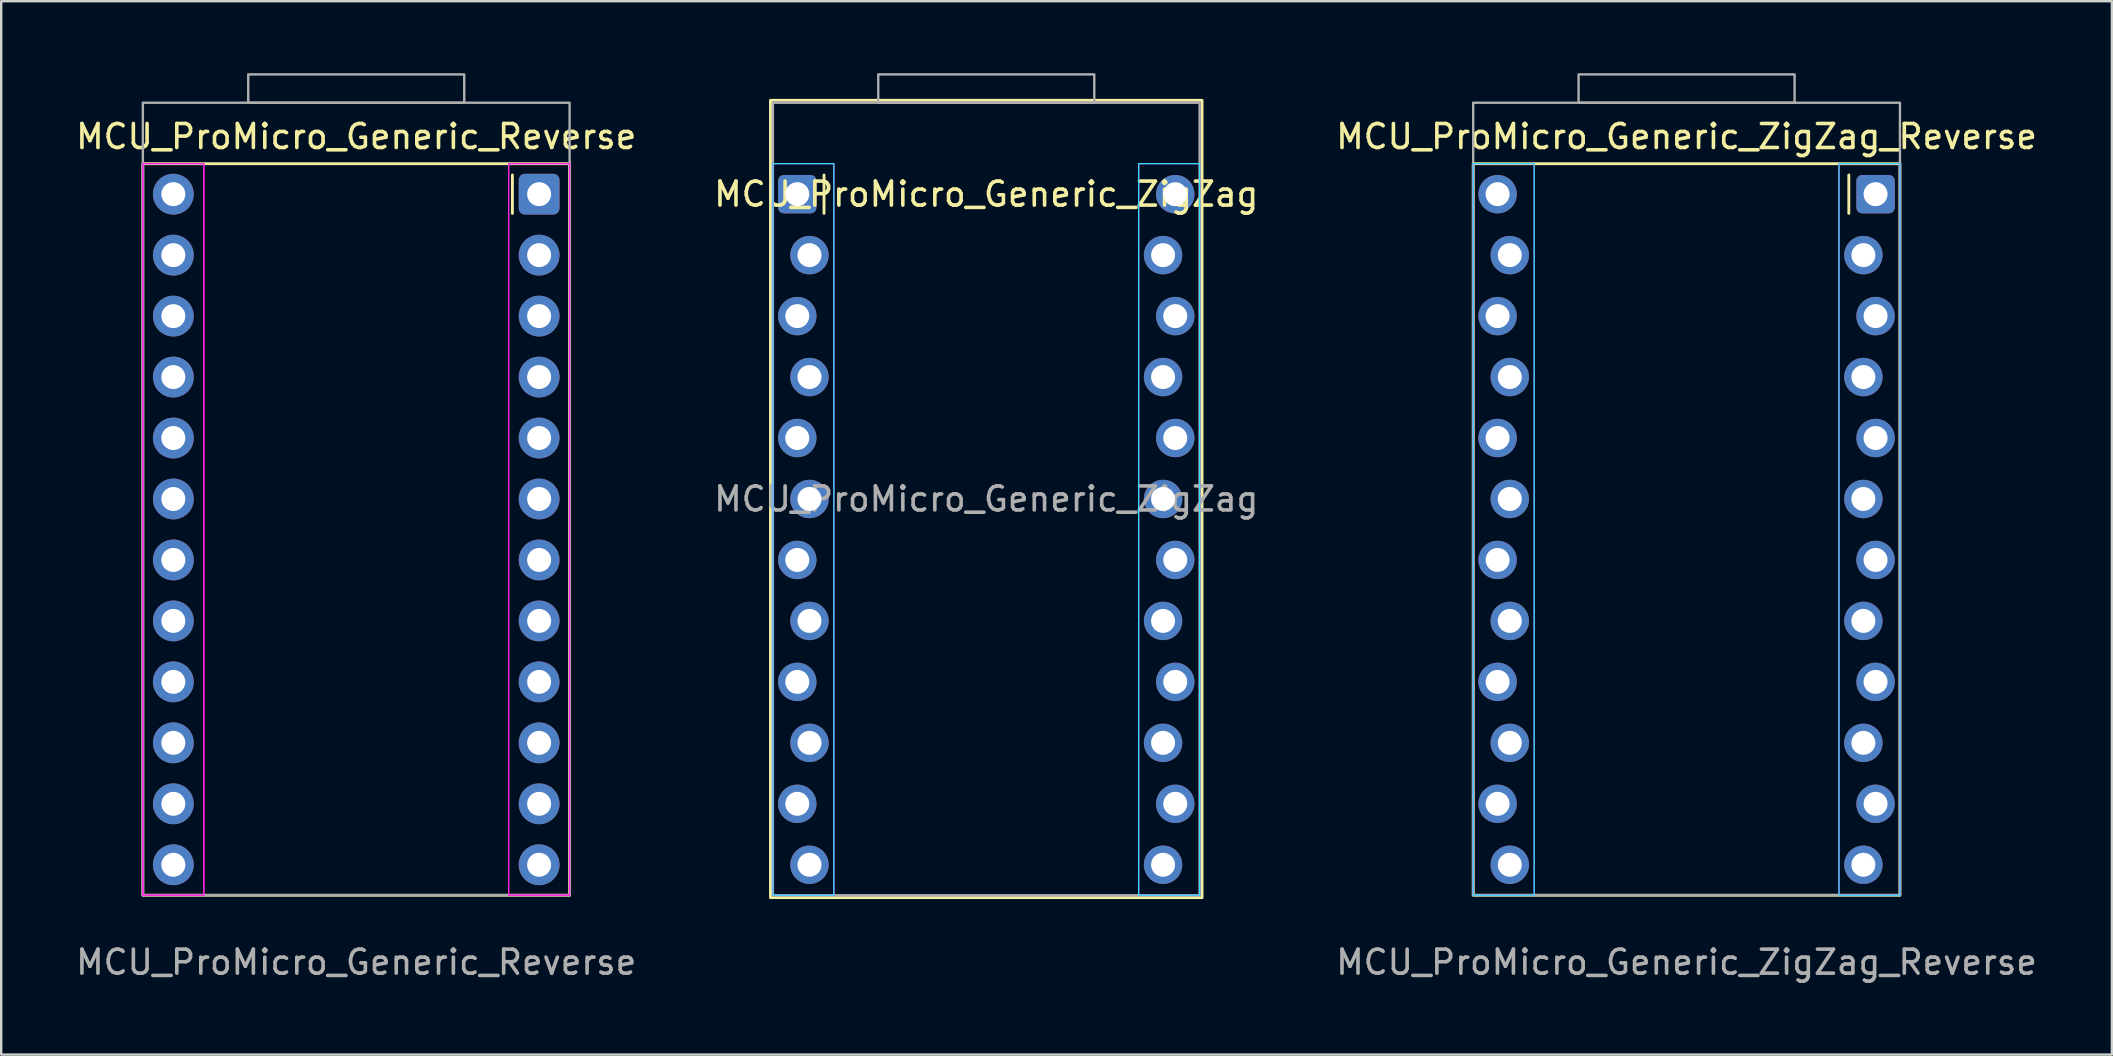
<source format=kicad_pcb>
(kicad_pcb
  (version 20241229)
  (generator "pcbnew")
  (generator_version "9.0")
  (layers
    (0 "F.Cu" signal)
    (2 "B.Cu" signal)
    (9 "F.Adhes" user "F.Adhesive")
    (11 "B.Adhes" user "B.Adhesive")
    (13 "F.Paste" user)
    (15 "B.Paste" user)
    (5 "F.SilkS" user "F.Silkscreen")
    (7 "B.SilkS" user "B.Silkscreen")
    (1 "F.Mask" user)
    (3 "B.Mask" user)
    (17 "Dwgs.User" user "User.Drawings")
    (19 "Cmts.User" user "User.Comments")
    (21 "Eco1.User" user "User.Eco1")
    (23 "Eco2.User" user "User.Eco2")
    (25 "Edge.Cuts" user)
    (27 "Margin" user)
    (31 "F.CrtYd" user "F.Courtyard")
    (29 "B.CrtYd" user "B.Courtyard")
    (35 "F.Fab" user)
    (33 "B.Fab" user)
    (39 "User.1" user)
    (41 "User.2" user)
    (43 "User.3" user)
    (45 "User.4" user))
  (footprint "MCU_ProMicro_Generic_ZigZag"
    (layer "F.Cu")
    (at 38.042 5.04)
    (property "Reference" "MCU_ProMicro_Generic_ZigZag" (at 0 0 0) (layer "F.SilkS") (effects (font (size 1 1) (thickness 0.15))))
    (attr through_hole)
    (fp_line (start -6.76 0.8) (end -6.76 -0.8) (stroke (width 0.12) (type default)) (layer "F.SilkS"))
    (fp_rect (start -8.99 -3.91) (end 8.99 29.31) (stroke (width 0.12) (type default)) (fill no) (layer "F.SilkS"))
    (fp_rect (start -6.35 -1.27) (end -8.89 29.21) (stroke (width 0.05) (type default)) (fill no) (layer "B.CrtYd"))
    (fp_rect (start 6.35 -1.27) (end 8.89 29.21) (stroke (width 0.05) (type default)) (fill no) (layer "B.CrtYd"))
    (fp_rect (start -6.35 -1.27) (end -8.89 29.21) (stroke (width 0.05) (type default)) (fill no) (layer "F.CrtYd"))
    (fp_rect (start 8.89 -1.27) (end 6.35 29.21) (stroke (width 0.05) (type default)) (fill no) (layer "F.CrtYd"))
    (fp_rect (start -8.89 -3.81) (end 8.89 29.21) (stroke (width 0.1) (type default)) (fill no) (layer "F.Fab"))
    (fp_rect (start -4.5 -4.99) (end 4.5 -3.81) (stroke (width 0.1) (type default)) (fill no) (layer "F.Fab"))
    (fp_text user "${REFERENCE}" (at 0 12.7 0) (layer "F.Fab") (effects (font (size 1 1) (thickness 0.15))))
    (pad "1" thru_hole roundrect (at -7.874 0) (size 1.6 1.6) (drill 1) (layers "*.Cu" "*.Mask") (roundrect_rratio 0.15))
    (pad "2" thru_hole oval (at -7.366 2.54) (size 1.6 1.6) (drill 1) (layers "*.Cu" "*.Mask"))
    (pad "3" thru_hole oval (at -7.874 5.08) (size 1.6 1.6) (drill 1) (layers "*.Cu" "*.Mask"))
    (pad "4" thru_hole oval (at -7.366 7.62) (size 1.6 1.6) (drill 1) (layers "*.Cu" "*.Mask"))
    (pad "5" thru_hole oval (at -7.874 10.16) (size 1.6 1.6) (drill 1) (layers "*.Cu" "*.Mask"))
    (pad "6" thru_hole oval (at -7.366 12.7) (size 1.6 1.6) (drill 1) (layers "*.Cu" "*.Mask"))
    (pad "7" thru_hole oval (at -7.874 15.24) (size 1.6 1.6) (drill 1) (layers "*.Cu" "*.Mask"))
    (pad "8" thru_hole oval (at -7.366 17.78) (size 1.6 1.6) (drill 1) (layers "*.Cu" "*.Mask"))
    (pad "9" thru_hole oval (at -7.874 20.32) (size 1.6 1.6) (drill 1) (layers "*.Cu" "*.Mask"))
    (pad "10" thru_hole oval (at -7.366 22.86) (size 1.6 1.6) (drill 1) (layers "*.Cu" "*.Mask"))
    (pad "11" thru_hole oval (at -7.874 25.4) (size 1.6 1.6) (drill 1) (layers "*.Cu" "*.Mask"))
    (pad "12" thru_hole oval (at -7.366 27.94) (size 1.6 1.6) (drill 1) (layers "*.Cu" "*.Mask"))
    (pad "13" thru_hole oval (at 7.366 27.94) (size 1.6 1.6) (drill 1) (layers "*.Cu" "*.Mask"))
    (pad "14" thru_hole oval (at 7.874 25.4) (size 1.6 1.6) (drill 1) (layers "*.Cu" "*.Mask"))
    (pad "15" thru_hole oval (at 7.366 22.86) (size 1.6 1.6) (drill 1) (layers "*.Cu" "*.Mask"))
    (pad "16" thru_hole oval (at 7.874 20.32) (size 1.6 1.6) (drill 1) (layers "*.Cu" "*.Mask"))
    (pad "17" thru_hole oval (at 7.366 17.78) (size 1.6 1.6) (drill 1) (layers "*.Cu" "*.Mask"))
    (pad "18" thru_hole oval (at 7.874 15.24) (size 1.6 1.6) (drill 1) (layers "*.Cu" "*.Mask"))
    (pad "19" thru_hole oval (at 7.366 12.7) (size 1.6 1.6) (drill 1) (layers "*.Cu" "*.Mask"))
    (pad "20" thru_hole oval (at 7.874 10.16) (size 1.6 1.6) (drill 1) (layers "*.Cu" "*.Mask"))
    (pad "21" thru_hole oval (at 7.366 7.62) (size 1.6 1.6) (drill 1) (layers "*.Cu" "*.Mask"))
    (pad "22" thru_hole oval (at 7.874 5.08) (size 1.6 1.6) (drill 1) (layers "*.Cu" "*.Mask"))
    (pad "23" thru_hole oval (at 7.366 2.54) (size 1.6 1.6) (drill 1) (layers "*.Cu" "*.Mask"))
    (pad "24" thru_hole oval (at 7.874 0) (size 1.6 1.6) (drill 1) (layers "*.Cu" "*.Mask")))
  (footprint "MCU_ProMicro_Generic_ZigZag_Reverse"
    (layer "F.Cu")
    (at 67.22 5.04)
    (property "Reference" "MCU_ProMicro_Generic_ZigZag_Reverse" (at 0 -2.4 0) (layer "F.SilkS") (effects (font (size 1 1) (thickness 0.15))))
    (attr through_hole)
    (fp_line (start 6.76 -0.8) (end 6.76 0.8) (stroke (width 0.12) (type default)) (layer "F.SilkS"))
    (fp_rect (start -8.89 -1.27) (end 8.89 29.21) (stroke (width 0.12) (type default)) (fill no) (layer "F.SilkS"))
    (fp_rect (start -6.35 -1.27) (end -8.89 29.21) (stroke (width 0.05) (type default)) (fill no) (layer "B.CrtYd"))
    (fp_rect (start 6.35 -1.27) (end 8.89 29.21) (stroke (width 0.05) (type default)) (fill no) (layer "B.CrtYd"))
    (fp_rect (start -8.89 -1.27) (end -6.35 29.21) (stroke (width 0.05) (type default)) (fill no) (layer "F.CrtYd"))
    (fp_rect (start 6.35 -1.27) (end 8.89 29.21) (stroke (width 0.05) (type default)) (fill no) (layer "F.CrtYd"))
    (fp_rect (start -8.89 -3.81) (end 8.89 29.21) (stroke (width 0.1) (type default)) (fill no) (layer "F.Fab"))
    (fp_rect (start -4.5 -4.99) (end 4.5 -3.81) (stroke (width 0.1) (type default)) (fill no) (layer "F.Fab"))
    (fp_text user "${REFERENCE}" (at 0 32 0) (unlocked yes) (layer "F.Fab") (effects (font (size 1 1) (thickness 0.15))))
    (pad "1" thru_hole roundrect (at 7.874 0) (size 1.6 1.6) (drill 1) (layers "*.Cu" "*.Mask") (roundrect_rratio 0.15))
    (pad "2" thru_hole oval (at 7.366 2.54) (size 1.6 1.6) (drill 1) (layers "*.Cu" "*.Mask"))
    (pad "3" thru_hole oval (at 7.874 5.08) (size 1.6 1.6) (drill 1) (layers "*.Cu" "*.Mask"))
    (pad "4" thru_hole oval (at 7.366 7.62) (size 1.6 1.6) (drill 1) (layers "*.Cu" "*.Mask"))
    (pad "5" thru_hole oval (at 7.874 10.16) (size 1.6 1.6) (drill 1) (layers "*.Cu" "*.Mask"))
    (pad "6" thru_hole oval (at 7.366 12.7) (size 1.6 1.6) (drill 1) (layers "*.Cu" "*.Mask"))
    (pad "7" thru_hole oval (at 7.874 15.24) (size 1.6 1.6) (drill 1) (layers "*.Cu" "*.Mask"))
    (pad "8" thru_hole oval (at 7.366 17.78) (size 1.6 1.6) (drill 1) (layers "*.Cu" "*.Mask"))
    (pad "9" thru_hole oval (at 7.874 20.32) (size 1.6 1.6) (drill 1) (layers "*.Cu" "*.Mask"))
    (pad "10" thru_hole oval (at 7.366 22.86) (size 1.6 1.6) (drill 1) (layers "*.Cu" "*.Mask"))
    (pad "11" thru_hole oval (at 7.874 25.4) (size 1.6 1.6) (drill 1) (layers "*.Cu" "*.Mask"))
    (pad "12" thru_hole oval (at 7.366 27.94) (size 1.6 1.6) (drill 1) (layers "*.Cu" "*.Mask"))
    (pad "13" thru_hole oval (at -7.366 27.94) (size 1.6 1.6) (drill 1) (layers "*.Cu" "*.Mask"))
    (pad "14" thru_hole oval (at -7.874 25.4) (size 1.6 1.6) (drill 1) (layers "*.Cu" "*.Mask"))
    (pad "15" thru_hole oval (at -7.366 22.86) (size 1.6 1.6) (drill 1) (layers "*.Cu" "*.Mask"))
    (pad "16" thru_hole oval (at -7.874 20.32) (size 1.6 1.6) (drill 1) (layers "*.Cu" "*.Mask"))
    (pad "17" thru_hole oval (at -7.366 17.78) (size 1.6 1.6) (drill 1) (layers "*.Cu" "*.Mask"))
    (pad "18" thru_hole oval (at -7.874 15.24) (size 1.6 1.6) (drill 1) (layers "*.Cu" "*.Mask"))
    (pad "19" thru_hole oval (at -7.366 12.7) (size 1.6 1.6) (drill 1) (layers "*.Cu" "*.Mask"))
    (pad "20" thru_hole oval (at -7.874 10.16) (size 1.6 1.6) (drill 1) (layers "*.Cu" "*.Mask"))
    (pad "21" thru_hole oval (at -7.366 7.62) (size 1.6 1.6) (drill 1) (layers "*.Cu" "*.Mask"))
    (pad "22" thru_hole oval (at -7.874 5.08) (size 1.6 1.6) (drill 1) (layers "*.Cu" "*.Mask"))
    (pad "23" thru_hole oval (at -7.366 2.54) (size 1.6 1.6) (drill 1) (layers "*.Cu" "*.Mask"))
    (pad "24" thru_hole oval (at -7.874 0) (size 1.6 1.6) (drill 1) (layers "*.Cu" "*.Mask")))
  (footprint "MCU_ProMicro_Generic_Reverse"
    (layer "F.Cu")
    (at 11.792 5.04)
    (property "Reference" "MCU_ProMicro_Generic_Reverse" (at 0 -2.4 0) (layer "F.SilkS") (effects (font (size 1 1) (thickness 0.15))))
    (attr through_hole)
    (fp_line (start 6.506 0.8) (end 6.506 -0.8) (stroke (width 0.12) (type default)) (layer "F.SilkS"))
    (fp_rect (start -8.89 -1.27) (end 8.89 29.21) (stroke (width 0.12) (type default)) (fill no) (layer "F.SilkS"))
    (fp_rect (start -8.89 -1.27) (end -6.35 29.21) (stroke (width 0.05) (type default)) (fill no) (layer "F.CrtYd"))
    (fp_rect (start -8.89 -1.27) (end -6.35 29.21) (stroke (width 0.05) (type default)) (fill no) (layer "F.CrtYd"))
    (fp_rect (start 6.35 -1.27) (end 8.89 29.21) (stroke (width 0.05) (type default)) (fill no) (layer "F.CrtYd"))
    (fp_rect (start 6.35 -1.27) (end 8.89 29.21) (stroke (width 0.05) (type default)) (fill no) (layer "F.CrtYd"))
    (fp_rect (start 4.5 -4.99) (end -4.5 -3.81) (stroke (width 0.1) (type default)) (fill no) (layer "F.Fab"))
    (fp_rect (start 8.89 -3.81) (end -8.89 29.21) (stroke (width 0.1) (type default)) (fill no) (layer "F.Fab"))
    (fp_text user "${REFERENCE}" (at 0 32 0) (unlocked yes) (layer "F.Fab") (effects (font (size 1 1) (thickness 0.15))))
    (pad "1" thru_hole roundrect (at 7.62 0) (size 1.7 1.7) (drill 1) (layers "*.Cu" "*.Mask") (roundrect_rratio 0.15))
    (pad "2" thru_hole oval (at 7.62 2.54) (size 1.7 1.7) (drill 1) (layers "*.Cu" "*.Mask"))
    (pad "3" thru_hole oval (at 7.62 5.08) (size 1.7 1.7) (drill 1) (layers "*.Cu" "*.Mask"))
    (pad "4" thru_hole oval (at 7.62 7.62) (size 1.7 1.7) (drill 1) (layers "*.Cu" "*.Mask"))
    (pad "5" thru_hole oval (at 7.62 10.16) (size 1.7 1.7) (drill 1) (layers "*.Cu" "*.Mask"))
    (pad "6" thru_hole oval (at 7.62 12.7) (size 1.7 1.7) (drill 1) (layers "*.Cu" "*.Mask"))
    (pad "7" thru_hole oval (at 7.62 15.24) (size 1.7 1.7) (drill 1) (layers "*.Cu" "*.Mask"))
    (pad "8" thru_hole oval (at 7.62 17.78) (size 1.7 1.7) (drill 1) (layers "*.Cu" "*.Mask"))
    (pad "9" thru_hole oval (at 7.62 20.32) (size 1.7 1.7) (drill 1) (layers "*.Cu" "*.Mask"))
    (pad "10" thru_hole oval (at 7.62 22.86) (size 1.7 1.7) (drill 1) (layers "*.Cu" "*.Mask"))
    (pad "11" thru_hole oval (at 7.62 25.4) (size 1.7 1.7) (drill 1) (layers "*.Cu" "*.Mask"))
    (pad "12" thru_hole oval (at 7.62 27.94) (size 1.7 1.7) (drill 1) (layers "*.Cu" "*.Mask"))
    (pad "13" thru_hole oval (at -7.62 27.94) (size 1.7 1.7) (drill 1) (layers "*.Cu" "*.Mask"))
    (pad "14" thru_hole oval (at -7.62 25.4) (size 1.7 1.7) (drill 1) (layers "*.Cu" "*.Mask"))
    (pad "15" thru_hole oval (at -7.62 22.86) (size 1.7 1.7) (drill 1) (layers "*.Cu" "*.Mask"))
    (pad "16" thru_hole oval (at -7.62 20.32) (size 1.7 1.7) (drill 1) (layers "*.Cu" "*.Mask"))
    (pad "17" thru_hole oval (at -7.62 17.78) (size 1.7 1.7) (drill 1) (layers "*.Cu" "*.Mask"))
    (pad "18" thru_hole oval (at -7.62 15.24) (size 1.7 1.7) (drill 1) (layers "*.Cu" "*.Mask"))
    (pad "19" thru_hole oval (at -7.62 12.7) (size 1.7 1.7) (drill 1) (layers "*.Cu" "*.Mask"))
    (pad "20" thru_hole oval (at -7.62 10.16) (size 1.7 1.7) (drill 1) (layers "*.Cu" "*.Mask"))
    (pad "21" thru_hole oval (at -7.62 7.62) (size 1.7 1.7) (drill 1) (layers "*.Cu" "*.Mask"))
    (pad "22" thru_hole oval (at -7.62 5.08) (size 1.7 1.7) (drill 1) (layers "*.Cu" "*.Mask"))
    (pad "23" thru_hole oval (at -7.62 2.54) (size 1.7 1.7) (drill 1) (layers "*.Cu" "*.Mask"))
    (pad "24" thru_hole oval (at -7.62 0) (size 1.7 1.7) (drill 1) (layers "*.Cu" "*.Mask")))
  (gr_rect
    (start -3 -3)
    (end 84.94 40.888)
    (stroke (width 0.1) (type default))
    (fill no)
    (layer "Edge.Cuts")))
</source>
